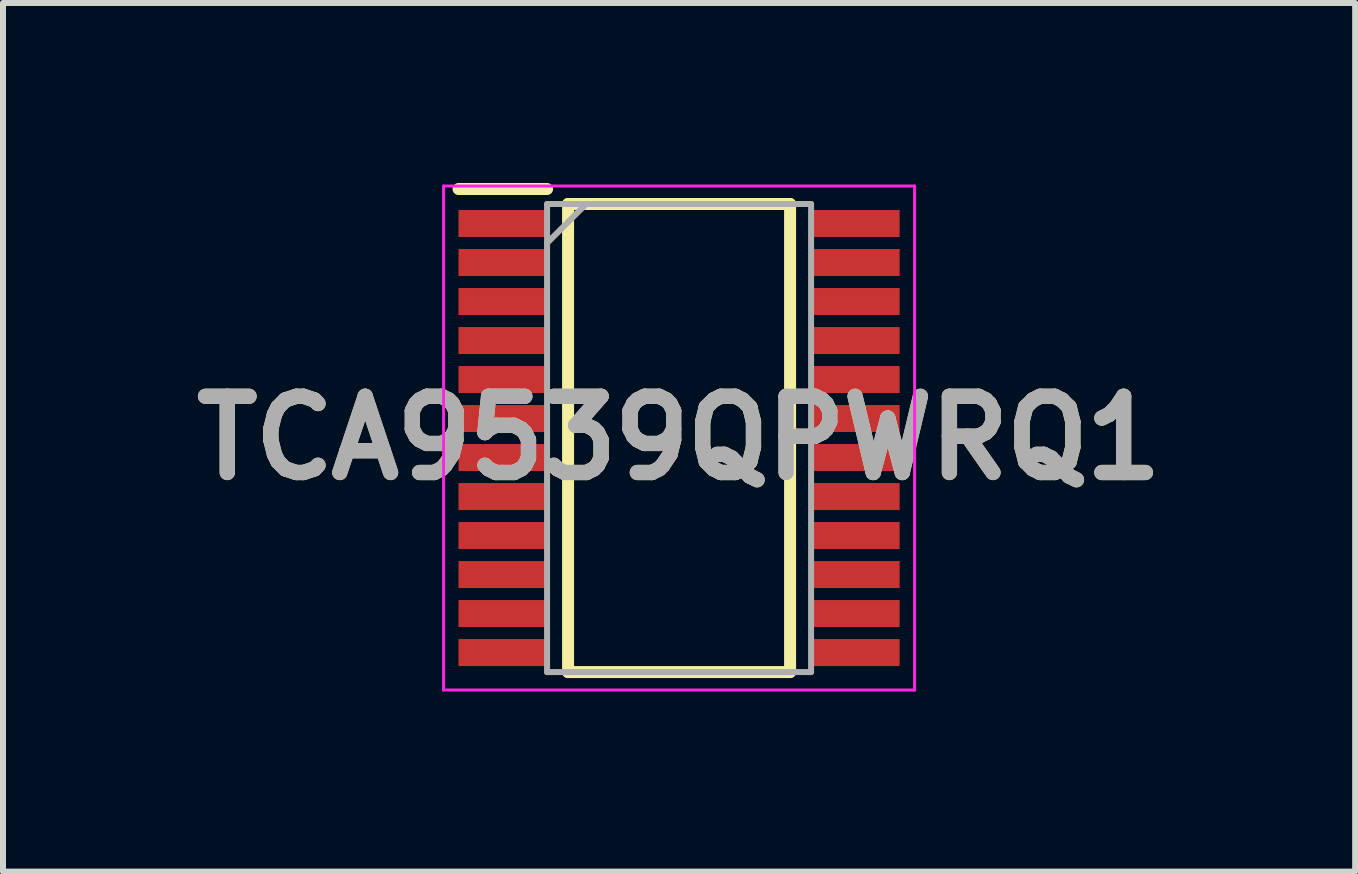
<source format=kicad_pcb>
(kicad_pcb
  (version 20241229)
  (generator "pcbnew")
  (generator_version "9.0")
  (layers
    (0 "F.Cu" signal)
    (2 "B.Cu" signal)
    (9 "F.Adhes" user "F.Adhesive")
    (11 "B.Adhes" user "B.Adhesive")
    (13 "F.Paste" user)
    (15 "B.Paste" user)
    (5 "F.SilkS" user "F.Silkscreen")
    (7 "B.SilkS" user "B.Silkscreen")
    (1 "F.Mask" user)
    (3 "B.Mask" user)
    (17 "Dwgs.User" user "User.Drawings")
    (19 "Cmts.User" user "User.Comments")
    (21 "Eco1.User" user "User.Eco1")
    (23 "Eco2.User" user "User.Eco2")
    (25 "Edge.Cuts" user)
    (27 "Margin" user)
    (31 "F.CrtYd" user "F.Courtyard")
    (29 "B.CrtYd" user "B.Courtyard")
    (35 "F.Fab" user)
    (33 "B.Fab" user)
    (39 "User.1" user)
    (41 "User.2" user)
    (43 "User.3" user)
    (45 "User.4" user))
  (footprint "TCA9539QPWRQ1"
    (layer "F.Cu")
    (at 8.267 4.25)
    (property "Reference" "TCA9539QPWRQ1" (at 0 0 0) (layer "F.SilkS") (effects (font (size 1.27 1.27) (thickness 0.254))))
    (attr smd)
    (fp_line (start -3.675 -4.15) (end -2.2 -4.15) (stroke (width 0.2) (type solid)) (layer "F.SilkS"))
    (fp_line (start -1.85 -3.9) (end 1.85 -3.9) (stroke (width 0.2) (type solid)) (layer "F.SilkS"))
    (fp_line (start -1.85 3.9) (end -1.85 -3.9) (stroke (width 0.2) (type solid)) (layer "F.SilkS"))
    (fp_line (start 1.85 -3.9) (end 1.85 3.9) (stroke (width 0.2) (type solid)) (layer "F.SilkS"))
    (fp_line (start 1.85 3.9) (end -1.85 3.9) (stroke (width 0.2) (type solid)) (layer "F.SilkS"))
    (fp_line (start -3.925 -4.2) (end 3.925 -4.2) (stroke (width 0.05) (type solid)) (layer "F.CrtYd"))
    (fp_line (start -3.925 4.2) (end -3.925 -4.2) (stroke (width 0.05) (type solid)) (layer "F.CrtYd"))
    (fp_line (start 3.925 -4.2) (end 3.925 4.2) (stroke (width 0.05) (type solid)) (layer "F.CrtYd"))
    (fp_line (start 3.925 4.2) (end -3.925 4.2) (stroke (width 0.05) (type solid)) (layer "F.CrtYd"))
    (fp_line (start -2.2 -3.9) (end 2.2 -3.9) (stroke (width 0.1) (type solid)) (layer "F.Fab"))
    (fp_line (start -2.2 -3.25) (end -1.55 -3.9) (stroke (width 0.1) (type solid)) (layer "F.Fab"))
    (fp_line (start -2.2 3.9) (end -2.2 -3.9) (stroke (width 0.1) (type solid)) (layer "F.Fab"))
    (fp_line (start 2.2 -3.9) (end 2.2 3.9) (stroke (width 0.1) (type solid)) (layer "F.Fab"))
    (fp_line (start 2.2 3.9) (end -2.2 3.9) (stroke (width 0.1) (type solid)) (layer "F.Fab"))
    (fp_text user "${REFERENCE}" (at 0 0 0) (layer "F.Fab") (effects (font (size 1.27 1.27) (thickness 0.254))))
    (pad "1" smd rect (at -2.938 -3.575 90) (size 0.45 1.475) (layers "F.Cu" "F.Mask" "F.Paste"))
    (pad "2" smd rect (at -2.938 -2.925 90) (size 0.45 1.475) (layers "F.Cu" "F.Mask" "F.Paste"))
    (pad "3" smd rect (at -2.938 -2.275 90) (size 0.45 1.475) (layers "F.Cu" "F.Mask" "F.Paste"))
    (pad "4" smd rect (at -2.938 -1.625 90) (size 0.45 1.475) (layers "F.Cu" "F.Mask" "F.Paste"))
    (pad "5" smd rect (at -2.938 -0.975 90) (size 0.45 1.475) (layers "F.Cu" "F.Mask" "F.Paste"))
    (pad "6" smd rect (at -2.938 -0.325 90) (size 0.45 1.475) (layers "F.Cu" "F.Mask" "F.Paste"))
    (pad "7" smd rect (at -2.938 0.325 90) (size 0.45 1.475) (layers "F.Cu" "F.Mask" "F.Paste"))
    (pad "8" smd rect (at -2.938 0.975 90) (size 0.45 1.475) (layers "F.Cu" "F.Mask" "F.Paste"))
    (pad "9" smd rect (at -2.938 1.625 90) (size 0.45 1.475) (layers "F.Cu" "F.Mask" "F.Paste"))
    (pad "10" smd rect (at -2.938 2.275 90) (size 0.45 1.475) (layers "F.Cu" "F.Mask" "F.Paste"))
    (pad "11" smd rect (at -2.938 2.925 90) (size 0.45 1.475) (layers "F.Cu" "F.Mask" "F.Paste"))
    (pad "12" smd rect (at -2.938 3.575 90) (size 0.45 1.475) (layers "F.Cu" "F.Mask" "F.Paste"))
    (pad "13" smd rect (at 2.938 3.575 90) (size 0.45 1.475) (layers "F.Cu" "F.Mask" "F.Paste"))
    (pad "14" smd rect (at 2.938 2.925 90) (size 0.45 1.475) (layers "F.Cu" "F.Mask" "F.Paste"))
    (pad "15" smd rect (at 2.938 2.275 90) (size 0.45 1.475) (layers "F.Cu" "F.Mask" "F.Paste"))
    (pad "16" smd rect (at 2.938 1.625 90) (size 0.45 1.475) (layers "F.Cu" "F.Mask" "F.Paste"))
    (pad "17" smd rect (at 2.938 0.975 90) (size 0.45 1.475) (layers "F.Cu" "F.Mask" "F.Paste"))
    (pad "18" smd rect (at 2.938 0.325 90) (size 0.45 1.475) (layers "F.Cu" "F.Mask" "F.Paste"))
    (pad "19" smd rect (at 2.938 -0.325 90) (size 0.45 1.475) (layers "F.Cu" "F.Mask" "F.Paste"))
    (pad "20" smd rect (at 2.938 -0.975 90) (size 0.45 1.475) (layers "F.Cu" "F.Mask" "F.Paste"))
    (pad "21" smd rect (at 2.938 -1.625 90) (size 0.45 1.475) (layers "F.Cu" "F.Mask" "F.Paste"))
    (pad "22" smd rect (at 2.938 -2.275 90) (size 0.45 1.475) (layers "F.Cu" "F.Mask" "F.Paste"))
    (pad "23" smd rect (at 2.938 -2.925 90) (size 0.45 1.475) (layers "F.Cu" "F.Mask" "F.Paste"))
    (pad "24" smd rect (at 2.938 -3.575 90) (size 0.45 1.475) (layers "F.Cu" "F.Mask" "F.Paste")))
  (gr_rect
    (start -3 -3)
    (end 19.534 11.475)
    (stroke (width 0.1) (type default))
    (fill no)
    (layer "Edge.Cuts")))
</source>
